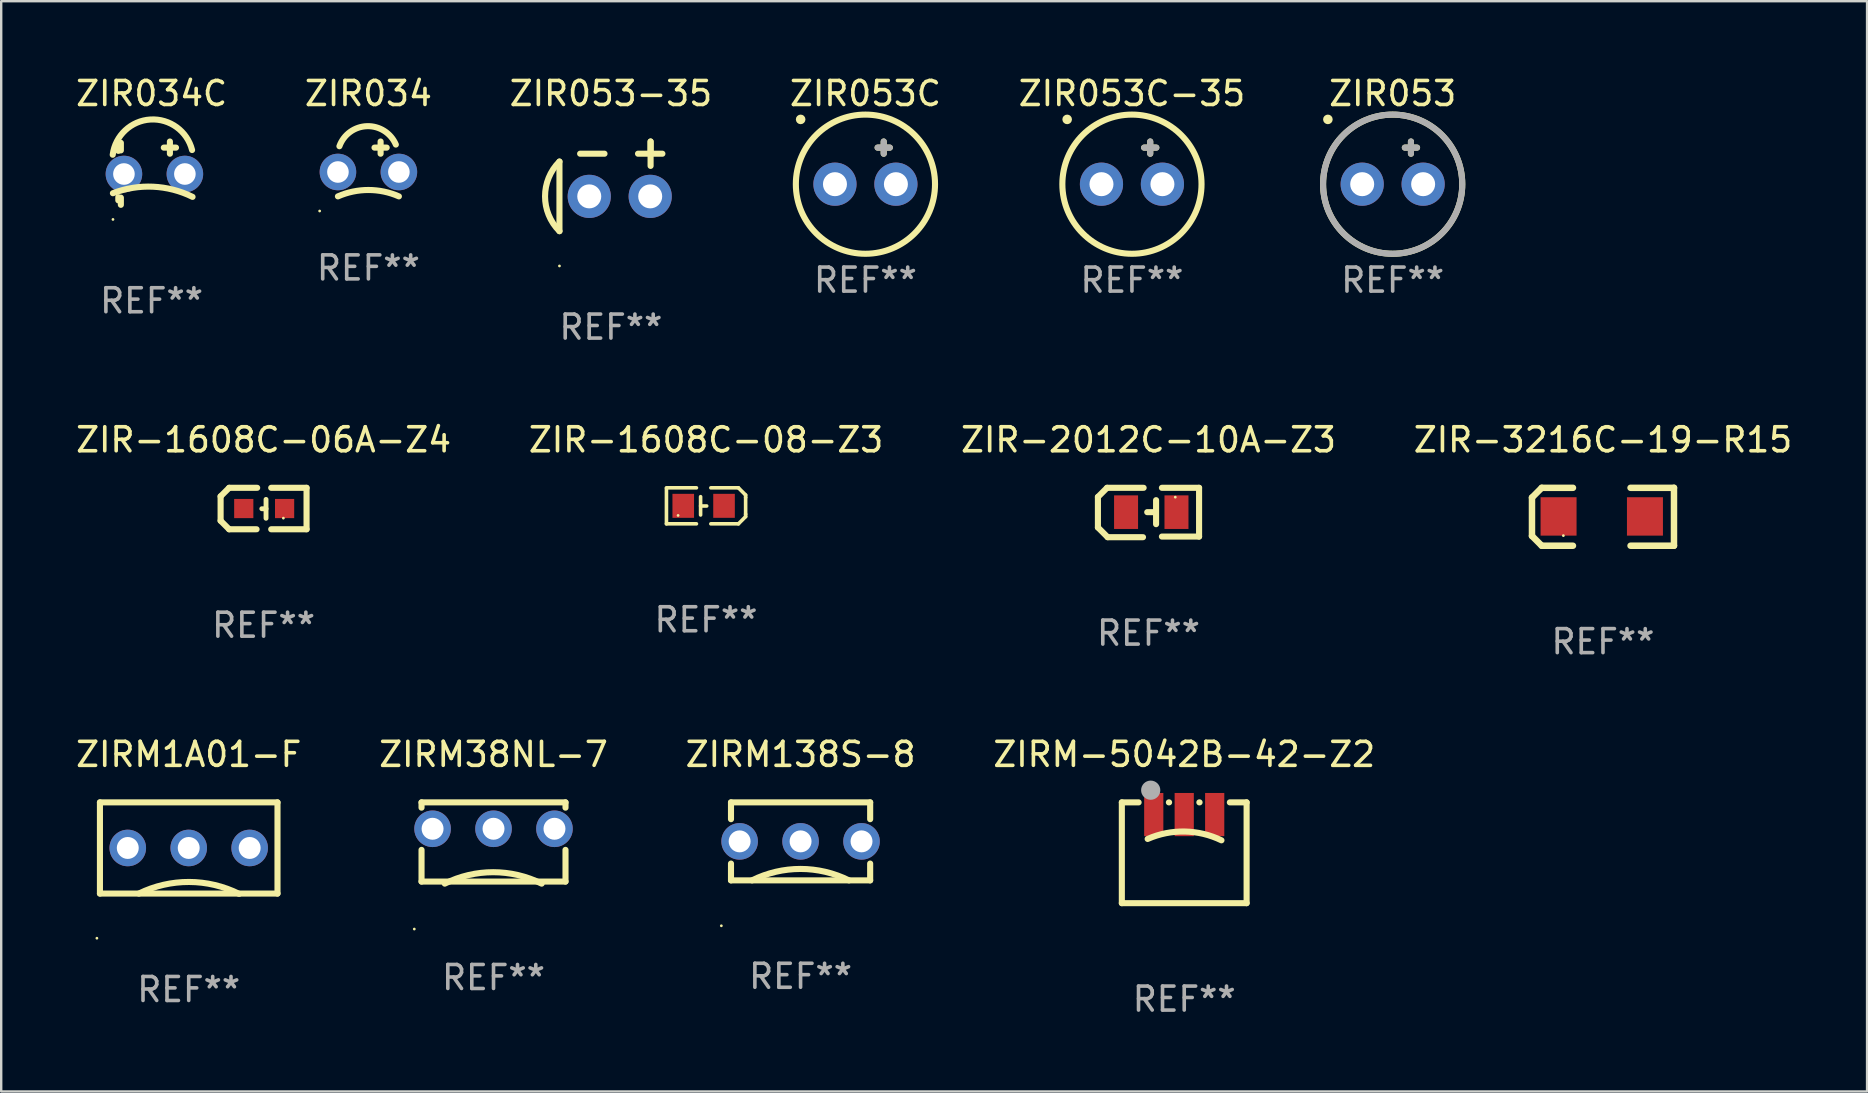
<source format=kicad_pcb>
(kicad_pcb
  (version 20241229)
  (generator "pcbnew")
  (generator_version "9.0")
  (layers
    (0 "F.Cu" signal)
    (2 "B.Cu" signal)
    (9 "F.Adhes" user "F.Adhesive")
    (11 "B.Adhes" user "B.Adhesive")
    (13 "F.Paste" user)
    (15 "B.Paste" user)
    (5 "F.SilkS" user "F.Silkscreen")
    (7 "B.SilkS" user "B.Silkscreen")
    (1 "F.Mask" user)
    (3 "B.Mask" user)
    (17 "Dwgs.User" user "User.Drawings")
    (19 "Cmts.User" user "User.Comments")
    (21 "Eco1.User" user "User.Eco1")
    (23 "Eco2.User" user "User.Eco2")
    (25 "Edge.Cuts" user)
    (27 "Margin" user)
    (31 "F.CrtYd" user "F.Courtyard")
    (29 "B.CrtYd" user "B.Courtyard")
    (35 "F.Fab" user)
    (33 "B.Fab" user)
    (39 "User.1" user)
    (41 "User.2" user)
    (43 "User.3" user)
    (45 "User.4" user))
  (footprint "ZIR034C"
    (layer "F.Cu")
    (at 3.268 4.167)
    (property "Reference" "ZIR034C" (at 0 -3.319 0) (layer "F.SilkS") (effects (font (size 1 1) (thickness 0.15))))
    (attr through_hole)
    (fp_line (start -1.387 -1.142) (end -1.387 -0.93) (stroke (width 0.254) (type solid)) (layer "F.SilkS"))
    (fp_line (start -1.387 1) (end -1.387 1.132) (stroke (width 0.254) (type solid)) (layer "F.SilkS"))
    (fp_line (start -1.281 -1.264) (end -1.281 -0.949) (stroke (width 0.254) (type solid)) (layer "F.SilkS"))
    (fp_line (start -1.281 1.02) (end -1.281 1.319) (stroke (width 0.254) (type solid)) (layer "F.SilkS"))
    (fp_line (start 0.509 -1.065) (end 1.017 -1.065) (stroke (width 0.254) (type solid)) (layer "F.SilkS"))
    (fp_line (start 0.763 -1.319) (end 0.763 -0.811) (stroke (width 0.254) (type solid)) (layer "F.SilkS"))
    (fp_arc (start -1.620104 -0.767996) (mid -0.04794 -2.236357) (end 1.687109 -0.964592) (stroke (width 0.254001) (type solid)) (layer "F.SilkS"))
    (fp_arc (start -1.612891 0.835408) (mid 0.062803 0.564148) (end 1.70654 0.988011) (stroke (width 0.254001) (type solid)) (layer "F.SilkS"))
    (fp_circle (center -1.61 1.928) (end -1.58 1.928) (stroke (width 0.06) (type solid)) (fill no) (layer "F.SilkS"))
    (fp_text user "REF**" (at 0 5.319 0) (layer "F.Fab") (effects (font (size 1 1) (thickness 0.15))))
    (pad "1" thru_hole circle (at -1.153 0.035) (size 1.524 1.524) (drill 0.9) (layers "*.Cu" "*.Mask"))
    (pad "2" thru_hole circle (at 1.387 0.035) (size 1.524 1.524) (drill 0.9) (layers "*.Cu" "*.Mask")))
  (footprint "ZIR-1608C-08-Z3"
    (layer "F.Cu")
    (at 26.375 18.031)
    (property "Reference" "ZIR-1608C-08-Z3" (at 0 -2.75 0) (layer "F.SilkS") (effects (font (size 1 1) (thickness 0.15))))
    (attr through_hole)
    (fp_line (start -1.65 0.75) (end -1.65 -0.73) (stroke (width 0.15) (type solid)) (layer "F.SilkS"))
    (fp_line (start -0.4 -0.75) (end -1.65 -0.75) (stroke (width 0.15) (type solid)) (layer "F.SilkS"))
    (fp_line (start -0.4 0.75) (end -1.65 0.75) (stroke (width 0.15) (type solid)) (layer "F.SilkS"))
    (fp_line (start -0.227 -0.381) (end -0.227 0.381) (stroke (width 0.15) (type solid)) (layer "F.SilkS"))
    (fp_line (start -0.227 0.006) (end 0.027 0.006) (stroke (width 0.15) (type solid)) (layer "F.SilkS"))
    (fp_line (start 0.2 -0.75) (end 1.35 -0.75) (stroke (width 0.15) (type solid)) (layer "F.SilkS"))
    (fp_line (start 0.2 0.75) (end 1.35 0.75) (stroke (width 0.15) (type solid)) (layer "F.SilkS"))
    (fp_line (start 1.65 -0.45) (end 1.35 -0.75) (stroke (width 0.15) (type solid)) (layer "F.SilkS"))
    (fp_line (start 1.65 -0.35) (end 1.65 -0.45) (stroke (width 0.15) (type solid)) (layer "F.SilkS"))
    (fp_line (start 1.65 0.35) (end 1.65 -0.35) (stroke (width 0.15) (type solid)) (layer "F.SilkS"))
    (fp_line (start 1.65 0.35) (end 1.65 0.45) (stroke (width 0.15) (type solid)) (layer "F.SilkS"))
    (fp_line (start 1.65 0.45) (end 1.35 0.75) (stroke (width 0.15) (type solid)) (layer "F.SilkS"))
    (fp_circle (center -1.165 0.4) (end -1.135 0.4) (stroke (width 0.06) (type solid)) (fill no) (layer "F.SilkS"))
    (fp_text user "REF**" (at 0 4.75 0) (layer "F.Fab") (effects (font (size 1 1) (thickness 0.15))))
    (pad "1" smd rect (at -0.95 0.000025 270) (size 1 0.9) (layers "F.Cu" "F.Mask" "F.Paste"))
    (pad "2" smd rect (at 0.75 0.000025 270) (size 1 0.9) (layers "F.Cu" "F.Mask" "F.Paste")))
  (footprint "ZIRM-5042B-42-Z2"
    (layer "F.Cu")
    (at 46.304 32.49)
    (property "Reference" "ZIRM-5042B-42-Z2" (at 0 -4.1 0) (layer "F.SilkS") (effects (font (size 1 1) (thickness 0.15))))
    (attr through_hole)
    (fp_line (start -2.6 2.1) (end -2.6 -2.1) (stroke (width 0.254) (type solid)) (layer "F.SilkS"))
    (fp_line (start -2.6 2.1) (end 2.6 2.1) (stroke (width 0.254) (type solid)) (layer "F.SilkS"))
    (fp_line (start -1.901 -2.1) (end -2.6 -2.1) (stroke (width 0.254) (type solid)) (layer "F.SilkS"))
    (fp_line (start -0.631 -2.1) (end -0.639 -2.1) (stroke (width 0.254) (type solid)) (layer "F.SilkS"))
    (fp_line (start 0.639 -2.1) (end 0.631 -2.1) (stroke (width 0.254) (type solid)) (layer "F.SilkS"))
    (fp_line (start 2.6 -2.1) (end 1.901 -2.1) (stroke (width 0.254) (type solid)) (layer "F.SilkS"))
    (fp_line (start 2.6 2.1) (end 2.6 -2.1) (stroke (width 0.254) (type solid)) (layer "F.SilkS"))
    (fp_arc (start -1.524003 -0.575997) (mid 0.019827 -0.885229) (end 1.551155 -0.519075) (stroke (width 0.254001) (type solid)) (layer "F.SilkS"))
    (fp_circle (center -2.5 2.044) (end -2.47 2.044) (stroke (width 0.06) (type solid)) (fill no) (layer "F.SilkS"))
    (fp_circle (center -1.397 -2.608) (end -1.197 -2.608) (stroke (width 0.4) (type solid)) (fill no) (layer "F.Fab"))
    (fp_text user "REF**" (at 0 6.1 0) (layer "F.Fab") (effects (font (size 1 1) (thickness 0.15))))
    (pad "1" smd rect (at -1.27 -1.592) (size 0.8 1.8) (layers "F.Cu" "F.Mask" "F.Paste"))
    (pad "2" smd rect (at 0 -1.592) (size 0.8 1.8) (layers "F.Cu" "F.Mask" "F.Paste"))
    (pad "3" smd rect (at 1.27 -1.592) (size 0.8 1.8) (layers "F.Cu" "F.Mask" "F.Paste")))
  (footprint "ZIR034"
    (layer "F.Cu")
    (at 12.304 3.483)
    (property "Reference" "ZIR034" (at 0 -2.635 0) (layer "F.SilkS") (effects (font (size 1 1) (thickness 0.15))))
    (attr through_hole)
    (fp_line (start 0.254 -0.381) (end 0.762 -0.381) (stroke (width 0.254) (type solid)) (layer "F.SilkS"))
    (fp_line (start 0.508 -0.635) (end 0.508 -0.127) (stroke (width 0.254) (type solid)) (layer "F.SilkS"))
    (fp_arc (start -1.270003 1.651003) (mid 0 1.384802) (end 1.270002 1.651003) (stroke (width 0.254001) (type solid)) (layer "F.SilkS"))
    (fp_arc (start -1.208153 -0.438913) (mid -0.056118 -1.274652) (end 1.143002 -0.508001) (stroke (width 0.254001) (type solid)) (layer "F.SilkS"))
    (fp_circle (center -2.032 2.261) (end -2.002 2.261) (stroke (width 0.06) (type solid)) (fill no) (layer "F.SilkS"))
    (fp_text user "REF**" (at 0 4.635 0) (layer "F.Fab") (effects (font (size 1 1) (thickness 0.15))))
    (pad "1" thru_hole circle (at -1.27 0.635) (size 1.524 1.524) (drill 0.9) (layers "*.Cu" "*.Mask"))
    (pad "2" thru_hole circle (at 1.27 0.635) (size 1.524 1.524) (drill 0.9) (layers "*.Cu" "*.Mask")))
  (footprint "ZIR053C"
    (layer "F.Cu")
    (at 33.018 3.737)
    (property "Reference" "ZIR053C" (at 0 -2.889 0) (layer "F.SilkS") (effects (font (size 1 1) (thickness 0.15))))
    (attr through_hole)
    (fp_line (start 0.508 -0.635) (end 1.016 -0.635) (stroke (width 0.254) (type solid)) (layer "F.SilkS"))
    (fp_line (start 0.762 -0.889) (end 0.762 -0.381) (stroke (width 0.254) (type solid)) (layer "F.SilkS"))
    (fp_circle (center -2.7 -1.811) (end -2.6 -1.811) (stroke (width 0.2) (type solid)) (fill no) (layer "F.SilkS"))
    (fp_circle (center 0 0.889) (end 2.9 0.889) (stroke (width 0.254) (type solid)) (fill no) (layer "F.SilkS"))
    (fp_line (start 0.508 -0.635) (end 1.016 -0.635) (stroke (width 0.254) (type solid)) (layer "F.Fab"))
    (fp_line (start 0.762 -0.889) (end 0.762 -0.381) (stroke (width 0.254) (type solid)) (layer "F.Fab"))
    (fp_text user "REF**" (at 0 4.889 0) (layer "F.Fab") (effects (font (size 1 1) (thickness 0.15))))
    (pad "1" thru_hole circle (at -1.27 0.889) (size 1.8 1.8) (drill 1) (layers "*.Cu" "*.Mask"))
    (pad "2" thru_hole circle (at 1.27 0.889) (size 1.8 1.8) (drill 1) (layers "*.Cu" "*.Mask")))
  (footprint "ZIR053C-35"
    (layer "F.Cu")
    (at 44.125 3.737)
    (property "Reference" "ZIR053C-35" (at 0 -2.889 0) (layer "F.SilkS") (effects (font (size 1 1) (thickness 0.15))))
    (attr through_hole)
    (fp_line (start 0.508 -0.635) (end 1.016 -0.635) (stroke (width 0.254) (type solid)) (layer "F.SilkS"))
    (fp_line (start 0.762 -0.889) (end 0.762 -0.381) (stroke (width 0.254) (type solid)) (layer "F.SilkS"))
    (fp_circle (center -2.7 -1.811) (end -2.6 -1.811) (stroke (width 0.2) (type solid)) (fill no) (layer "F.SilkS"))
    (fp_circle (center 0 0.889) (end 2.9 0.889) (stroke (width 0.254) (type solid)) (fill no) (layer "F.SilkS"))
    (fp_line (start 0.508 -0.635) (end 1.016 -0.635) (stroke (width 0.254) (type solid)) (layer "F.Fab"))
    (fp_line (start 0.762 -0.889) (end 0.762 -0.381) (stroke (width 0.254) (type solid)) (layer "F.Fab"))
    (fp_text user "REF**" (at 0 4.889 0) (layer "F.Fab") (effects (font (size 1 1) (thickness 0.15))))
    (pad "1" thru_hole circle (at -1.27 0.889) (size 1.8 1.8) (drill 1) (layers "*.Cu" "*.Mask"))
    (pad "2" thru_hole circle (at 1.27 0.889) (size 1.8 1.8) (drill 1) (layers "*.Cu" "*.Mask")))
  (footprint "ZIR-3216C-19-R15"
    (layer "F.Cu")
    (at 63.756 18.487)
    (property "Reference" "ZIR-3216C-19-R15" (at 0 -3.207 0) (layer "F.SilkS") (effects (font (size 1 1) (thickness 0.15))))
    (attr through_hole)
    (fp_line (start -2.959 -0.8) (end -2.959 0.8) (stroke (width 0.27) (type solid)) (layer "F.SilkS"))
    (fp_line (start -2.959 0.8) (end -2.553 1.207) (stroke (width 0.27) (type solid)) (layer "F.SilkS"))
    (fp_line (start -2.553 -1.207) (end -2.959 -0.8) (stroke (width 0.27) (type solid)) (layer "F.SilkS"))
    (fp_line (start -2.553 1.207) (end -1.251 1.207) (stroke (width 0.27) (type solid)) (layer "F.SilkS"))
    (fp_line (start -1.251 -1.207) (end -2.553 -1.207) (stroke (width 0.27) (type solid)) (layer "F.SilkS"))
    (fp_line (start 1.149 1.207) (end 2.959 1.207) (stroke (width 0.27) (type solid)) (layer "F.SilkS"))
    (fp_line (start 2.959 -1.207) (end 1.149 -1.207) (stroke (width 0.27) (type solid)) (layer "F.SilkS"))
    (fp_line (start 2.959 1.207) (end 2.959 -1.207) (stroke (width 0.27) (type solid)) (layer "F.SilkS"))
    (fp_circle (center -1.651 0.786) (end -1.621 0.786) (stroke (width 0.06) (type solid)) (fill no) (layer "F.SilkS"))
    (fp_text user "REF**" (at 0 5.207 0) (layer "F.Fab") (effects (font (size 1 1) (thickness 0.15))))
    (pad "1" smd rect (at -1.851 -0.014) (size 1.5 1.6) (layers "F.Cu" "F.Mask" "F.Paste"))
    (pad "2" smd rect (at 1.749 -0.014) (size 1.5 1.6) (layers "F.Cu" "F.Mask" "F.Paste")))
  (footprint "ZIR053-35"
    (layer "F.Cu")
    (at 22.411 4.716)
    (property "Reference" "ZIR053-35" (at 0 -3.868 0) (layer "F.SilkS") (effects (font (size 1 1) (thickness 0.15))))
    (attr through_hole)
    (fp_line (start -2.145 -1.032) (end -2.145 1.868) (stroke (width 0.254) (type solid)) (layer "F.SilkS"))
    (fp_line (start -1.284 -1.36) (end -0.268 -1.36) (stroke (width 0.254) (type solid)) (layer "F.SilkS"))
    (fp_line (start 1.129 -1.36) (end 2.145 -1.36) (stroke (width 0.254) (type solid)) (layer "F.SilkS"))
    (fp_line (start 1.653 -1.868) (end 1.653 -0.852) (stroke (width 0.254) (type solid)) (layer "F.SilkS"))
    (fp_line (start 1.653 -1.36) (end 1.653 -1.868) (stroke (width 0.254) (type solid)) (layer "F.SilkS"))
    (fp_arc (start -2.144742 1.868009) (mid -2.745365 0.417997) (end -2.144743 -1.032016) (stroke (width 0.254001) (type solid)) (layer "F.SilkS"))
    (fp_circle (center -2.145 3.318) (end -2.115 3.318) (stroke (width 0.06) (type solid)) (fill no) (layer "F.SilkS"))
    (fp_text user "REF**" (at 0 5.868 0) (layer "F.Fab") (effects (font (size 1 1) (thickness 0.15))))
    (pad "1" thru_hole circle (at -0.903 0.418) (size 1.8 1.8) (drill 1) (layers "*.Cu" "*.Mask"))
    (pad "2" thru_hole circle (at 1.637 0.418) (size 1.8 1.8) (drill 1) (layers "*.Cu" "*.Mask")))
  (footprint "ZIRM138S-8"
    (layer "F.Cu")
    (at 30.315 32.015)
    (property "Reference" "ZIRM138S-8" (at 0 -3.625 0) (layer "F.SilkS") (effects (font (size 1 1) (thickness 0.15))))
    (attr through_hole)
    (fp_line (start -2.9 -1.625) (end -2.9 -0.925) (stroke (width 0.254) (type solid)) (layer "F.SilkS"))
    (fp_line (start -2.9 -1.625) (end 2.9 -1.625) (stroke (width 0.254) (type solid)) (layer "F.SilkS"))
    (fp_line (start -2.9 0.925) (end -2.9 1.625) (stroke (width 0.254) (type solid)) (layer "F.SilkS"))
    (fp_line (start -2.9 1.625) (end 2.9 1.625) (stroke (width 0.254) (type solid)) (layer "F.SilkS"))
    (fp_line (start 2.9 -1.625) (end 2.9 -0.925) (stroke (width 0.254) (type solid)) (layer "F.SilkS"))
    (fp_line (start 2.9 0.925) (end 2.9 1.625) (stroke (width 0.254) (type solid)) (layer "F.SilkS"))
    (fp_arc (start -2.021793 1.624994) (mid -0.002443 1.149158) (end 2.016764 1.625604) (stroke (width 0.254001) (type solid)) (layer "F.SilkS"))
    (fp_circle (center -3.302 3.518) (end -3.272 3.518) (stroke (width 0.06) (type solid)) (fill no) (layer "F.SilkS"))
    (fp_text user "REF**" (at 0 5.625 0) (layer "F.Fab") (effects (font (size 1 1) (thickness 0.15))))
    (pad "1" thru_hole circle (at -2.54 0) (size 1.524 1.524) (drill 0.914) (layers "*.Cu" "*.Mask"))
    (pad "2" thru_hole circle (at 0 0) (size 1.524 1.524) (drill 0.914) (layers "*.Cu" "*.Mask"))
    (pad "3" thru_hole circle (at 2.54 0) (size 1.524 1.524) (drill 0.914) (layers "*.Cu" "*.Mask")))
  (footprint "ZIR053"
    (layer "F.Cu")
    (at 54.991 3.737)
    (property "Reference" "ZIR053" (at 0 -2.889 0) (layer "F.SilkS") (effects (font (size 1 1) (thickness 0.15))))
    (attr through_hole)
    (fp_line (start 0.508 -0.635) (end 1.016 -0.635) (stroke (width 0.254) (type solid)) (layer "F.SilkS"))
    (fp_line (start 0.762 -0.889) (end 0.762 -0.381) (stroke (width 0.254) (type solid)) (layer "F.SilkS"))
    (fp_circle (center -2.7 -1.811) (end -2.6 -1.811) (stroke (width 0.2) (type solid)) (fill no) (layer "F.SilkS"))
    (fp_circle (center 0 0.889) (end 2.9 0.889) (stroke (width 0.254) (type solid)) (fill no) (layer "F.SilkS"))
    (fp_line (start 0.508 -0.635) (end 1.016 -0.635) (stroke (width 0.254) (type solid)) (layer "F.Fab"))
    (fp_line (start 0.762 -0.889) (end 0.762 -0.381) (stroke (width 0.254) (type solid)) (layer "F.Fab"))
    (fp_circle (center 0 0.889) (end 2.9 0.889) (stroke (width 0.254) (type solid)) (fill no) (layer "F.Fab"))
    (fp_text user "REF**" (at 0 4.889 0) (layer "F.Fab") (effects (font (size 1 1) (thickness 0.15))))
    (pad "1" thru_hole circle (at -1.27 0.889) (size 1.8 1.8) (drill 1) (layers "*.Cu" "*.Mask"))
    (pad "2" thru_hole circle (at 1.27 0.889) (size 1.8 1.8) (drill 1) (layers "*.Cu" "*.Mask")))
  (footprint "ZIR-1608C-06A-Z4"
    (layer "F.Cu")
    (at 7.935 18.144)
    (property "Reference" "ZIR-1608C-06A-Z4" (at 0 -2.864 0) (layer "F.SilkS") (effects (font (size 1 1) (thickness 0.15))))
    (attr through_hole)
    (fp_line (start -1.791 -0.508) (end -1.435 -0.864) (stroke (width 0.254) (type solid)) (layer "F.SilkS"))
    (fp_line (start -1.791 0.508) (end -1.791 -0.508) (stroke (width 0.254) (type solid)) (layer "F.SilkS"))
    (fp_line (start -1.435 0.864) (end -1.791 0.508) (stroke (width 0.254) (type solid)) (layer "F.SilkS"))
    (fp_line (start -0.292 0.864) (end -1.435 0.864) (stroke (width 0.254) (type solid)) (layer "F.SilkS"))
    (fp_line (start -0.267 -0.864) (end -1.435 -0.864) (stroke (width 0.254) (type solid)) (layer "F.SilkS"))
    (fp_line (start 0.102 0.008) (end -0.074 0.008) (stroke (width 0.203) (type solid)) (layer "F.SilkS"))
    (fp_line (start 0.102 0.406) (end 0.102 -0.381) (stroke (width 0.203) (type solid)) (layer "F.SilkS"))
    (fp_line (start 1.791 -0.864) (end 0.318 -0.864) (stroke (width 0.254) (type solid)) (layer "F.SilkS"))
    (fp_line (start 1.791 0.864) (end 0.318 0.864) (stroke (width 0.254) (type solid)) (layer "F.SilkS"))
    (fp_line (start 1.791 0.864) (end 1.791 -0.864) (stroke (width 0.254) (type solid)) (layer "F.SilkS"))
    (fp_circle (center 0.825 0.4) (end 0.855 0.4) (stroke (width 0.06) (type solid)) (fill no) (layer "F.SilkS"))
    (fp_text user "REF**" (at 0 4.864 0) (layer "F.Fab") (effects (font (size 1 1) (thickness 0.15))))
    (pad "1" smd rect (at 0.876 0 90) (size 0.8 0.8) (layers "F.Cu" "F.Mask" "F.Paste"))
    (pad "2" smd rect (at -0.826 0 90) (size 0.8 0.8) (layers "F.Cu" "F.Mask" "F.Paste")))
  (footprint "ZIRM38NL-7"
    (layer "F.Cu")
    (at 17.518 32.04)
    (property "Reference" "ZIRM38NL-7" (at 0 -3.65 0) (layer "F.SilkS") (effects (font (size 1 1) (thickness 0.15))))
    (attr through_hole)
    (fp_line (start -3 -1.65) (end -3 -1.43) (stroke (width 0.254) (type solid)) (layer "F.SilkS"))
    (fp_line (start -3 -1.65) (end 3 -1.65) (stroke (width 0.254) (type solid)) (layer "F.SilkS"))
    (fp_line (start -3 0.33) (end -3 1.65) (stroke (width 0.254) (type solid)) (layer "F.SilkS"))
    (fp_line (start -3 1.65) (end 3 1.65) (stroke (width 0.254) (type solid)) (layer "F.SilkS"))
    (fp_line (start 3 -1.65) (end 3 -1.43) (stroke (width 0.254) (type solid)) (layer "F.SilkS"))
    (fp_line (start 3 0.33) (end 3 1.65) (stroke (width 0.254) (type solid)) (layer "F.SilkS"))
    (fp_arc (start -2.032004 1.736005) (mid -0.012654 1.260169) (end 2.006553 1.736615) (stroke (width 0.254001) (type solid)) (layer "F.SilkS"))
    (fp_circle (center -3.302 3.629) (end -3.272 3.629) (stroke (width 0.06) (type solid)) (fill no) (layer "F.SilkS"))
    (fp_text user "REF**" (at 0 5.65 0) (layer "F.Fab") (effects (font (size 1 1) (thickness 0.15))))
    (pad "1" thru_hole circle (at -2.54 -0.55) (size 1.524 1.524) (drill 0.914) (layers "*.Cu" "*.Mask"))
    (pad "2" thru_hole circle (at 0 -0.55) (size 1.524 1.524) (drill 0.914) (layers "*.Cu" "*.Mask"))
    (pad "3" thru_hole circle (at 2.54 -0.55) (size 1.524 1.524) (drill 0.914) (layers "*.Cu" "*.Mask")))
  (footprint "ZIRM1A01-F"
    (layer "F.Cu")
    (at 4.815 32.29)
    (property "Reference" "ZIRM1A01-F" (at 0 -3.9 0) (layer "F.SilkS") (effects (font (size 1 1) (thickness 0.15))))
    (attr through_hole)
    (fp_line (start -3.7 -1.9) (end -3.7 1.9) (stroke (width 0.254) (type solid)) (layer "F.SilkS"))
    (fp_line (start -3.7 -1.9) (end 3.7 -1.9) (stroke (width 0.254) (type solid)) (layer "F.SilkS"))
    (fp_line (start -3.7 1.9) (end 3.7 1.9) (stroke (width 0.254) (type solid)) (layer "F.SilkS"))
    (fp_line (start 3.7 -1.9) (end 3.7 1.9) (stroke (width 0.254) (type solid)) (layer "F.SilkS"))
    (fp_arc (start -2.075895 1.9) (mid 0.013749 1.416825) (end 2.100458 1.912523) (stroke (width 0.254001) (type solid)) (layer "F.SilkS"))
    (fp_circle (center -3.827 3.761) (end -3.797 3.761) (stroke (width 0.06) (type solid)) (fill no) (layer "F.SilkS"))
    (fp_text user "REF**" (at 0 5.9 0) (layer "F.Fab") (effects (font (size 1 1) (thickness 0.15))))
    (pad "1" thru_hole circle (at -2.54 0) (size 1.524 1.524) (drill 0.914) (layers "*.Cu" "*.Mask"))
    (pad "2" thru_hole circle (at 0 0) (size 1.524 1.524) (drill 0.914) (layers "*.Cu" "*.Mask"))
    (pad "3" thru_hole circle (at 2.54 0) (size 1.524 1.524) (drill 0.914) (layers "*.Cu" "*.Mask")))
  (footprint "ZIR-2012C-10A-Z3"
    (layer "F.Cu")
    (at 44.815 18.309)
    (property "Reference" "ZIR-2012C-10A-Z3" (at 0 -3.029 0) (layer "F.SilkS") (effects (font (size 1 1) (thickness 0.15))))
    (attr through_hole)
    (fp_line (start -2.108 -0.648) (end -1.727 -1.029) (stroke (width 0.254) (type solid)) (layer "F.SilkS"))
    (fp_line (start -2.108 0.622) (end -2.108 -0.648) (stroke (width 0.254) (type solid)) (layer "F.SilkS"))
    (fp_line (start -1.727 -1.029) (end -0.203 -1.029) (stroke (width 0.254) (type solid)) (layer "F.SilkS"))
    (fp_line (start -1.702 1.029) (end -2.108 0.622) (stroke (width 0.254) (type solid)) (layer "F.SilkS"))
    (fp_line (start -0.229 1.029) (end -1.702 1.029) (stroke (width 0.254) (type solid)) (layer "F.SilkS"))
    (fp_line (start 0.216 -0.014) (end -0.053 -0.014) (stroke (width 0.254) (type solid)) (layer "F.SilkS"))
    (fp_line (start 0.316 -0.514) (end 0.316 0.486) (stroke (width 0.254) (type solid)) (layer "F.SilkS"))
    (fp_line (start 0.559 1.003) (end 2.108 1.003) (stroke (width 0.254) (type solid)) (layer "F.SilkS"))
    (fp_line (start 2.108 -1.029) (end 0.559 -1.029) (stroke (width 0.254) (type solid)) (layer "F.SilkS"))
    (fp_line (start 2.108 1.003) (end 2.108 -1.029) (stroke (width 0.254) (type solid)) (layer "F.SilkS"))
    (fp_circle (center 1.116 -0.639) (end 1.146 -0.639) (stroke (width 0.06) (type solid)) (fill no) (layer "F.SilkS"))
    (fp_text user "REF**" (at 0 5.029 0) (layer "F.Fab") (effects (font (size 1 1) (thickness 0.15))))
    (pad "1" smd rect (at 1.166 -0.014 180) (size 1 1.4) (layers "F.Cu" "F.Mask" "F.Paste"))
    (pad "2" smd rect (at -0.935 -0.014 180) (size 1 1.4) (layers "F.Cu" "F.Mask" "F.Paste")))
  (gr_rect
    (start -3 -3)
    (end 74.762 42.439)
    (stroke (width 0.1) (type default))
    (fill no)
    (layer "Edge.Cuts")))
</source>
